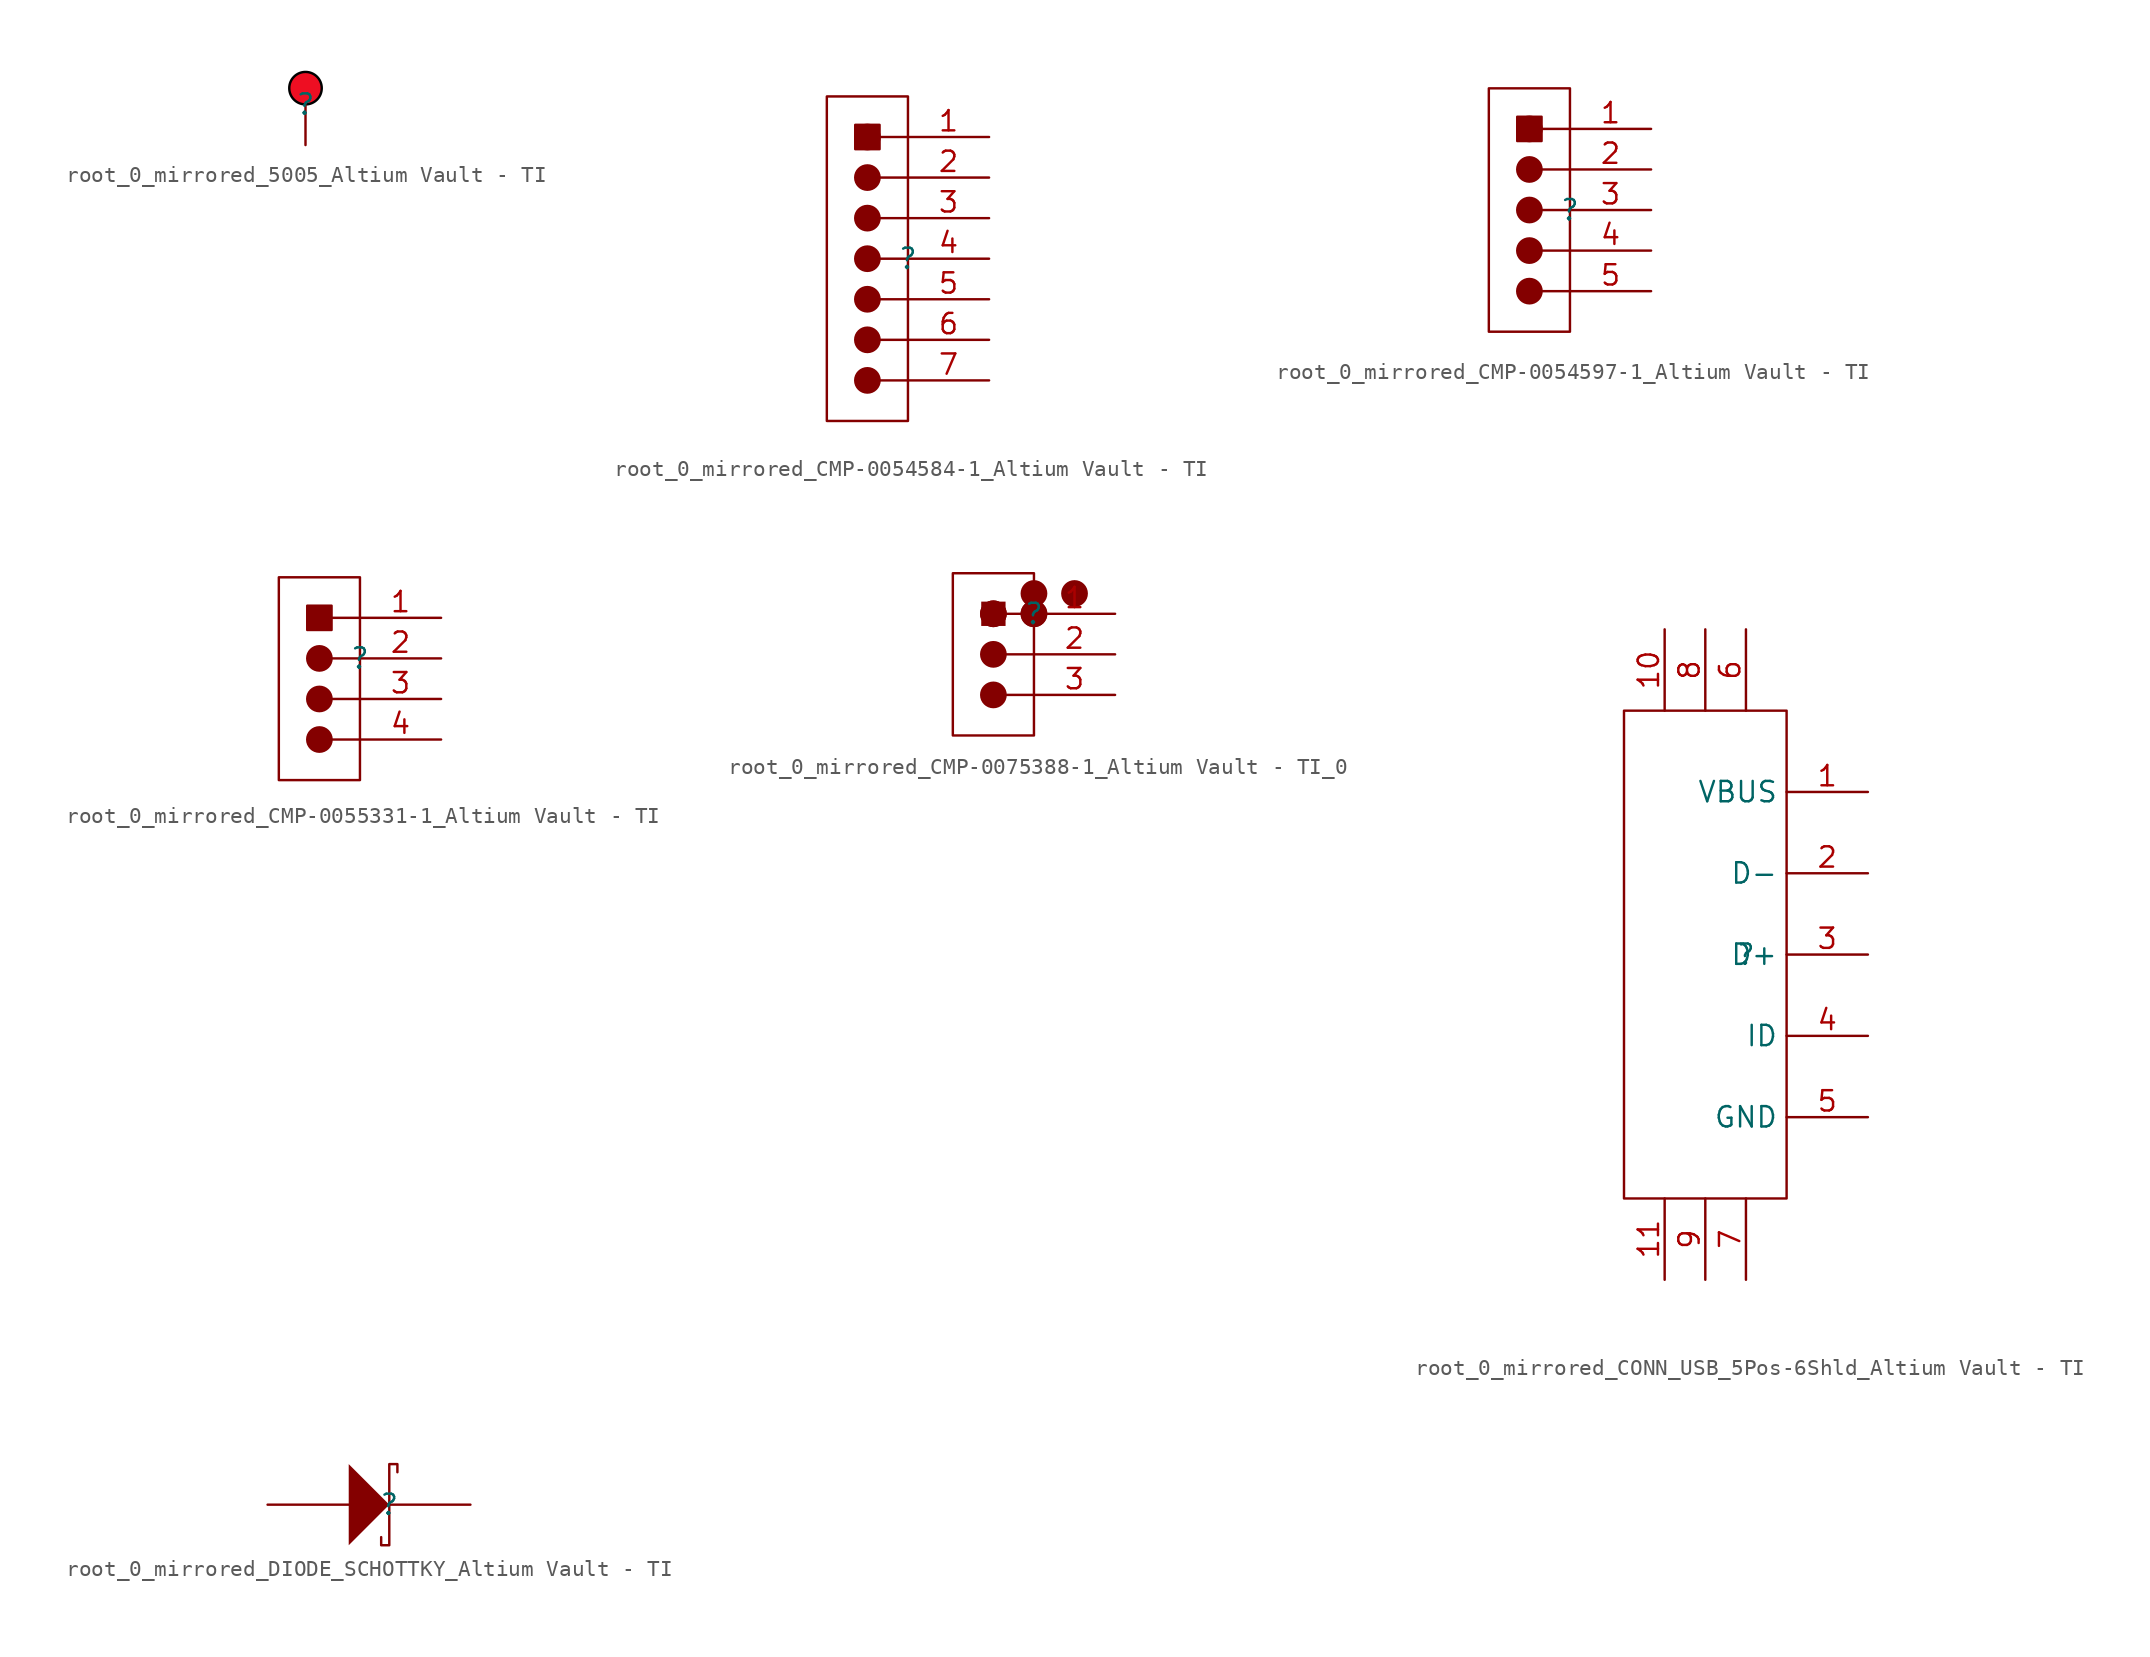
<source format=kicad_sym>
(kicad_symbol_lib
  (version 20241209)
  (generator "kicad_symbol_editor")
  (generator_version "9.0")
  (symbol "root_0_mirrored_5005_Altium Vault - TI"
    (pin_numbers
      (hide yes))
    (pin_names
      (hide yes))
    (property "Reference" ""
      (at 0 0 0)
      (effects (font (size 1.27 1.27))))
    (property "Value" ""
      (at 0 0 0)
      (effects (font (size 1.27 1.27))))
    (symbol "root_0_mirrored_5005_Altium Vault - TI_1_0"
      (circle (center 0 1.016) (radius 1.016) (stroke (width 0) (type solid) (color 0 0 0 1)) (fill (type color) (color 238 14 34 1)))
      (pin passive line (at 0 -2.54 90) (length 2.54) (name "" (effects (font (size 1.27 1.27)))) (number "1" (effects (font (size 1.27 1.27)))))))
  (symbol "root_0_mirrored_CMP-0054584-1_Altium Vault - TI"
    (pin_names
      (hide yes))
    (property "Reference" ""
      (at 0 0 0)
      (effects (font (size 1.27 1.27))))
    (property "Value" ""
      (at 0 0 0)
      (effects (font (size 1.27 1.27))))
    (symbol "root_0_mirrored_CMP-0054584-1_Altium Vault - TI_1_0"
      (circle (center -2.54 7.62) (radius 0.762) (stroke (width 0) (type solid)) (fill (type outline)))
      (circle (center -2.54 5.08) (radius 0.762) (stroke (width 0) (type solid)) (fill (type outline)))
      (circle (center -2.54 2.54) (radius 0.762) (stroke (width 0) (type solid)) (fill (type outline)))
      (circle (center -2.54 0) (radius 0.762) (stroke (width 0) (type solid)) (fill (type outline)))
      (circle (center -2.54 -2.54) (radius 0.762) (stroke (width 0) (type solid)) (fill (type outline)))
      (circle (center -2.54 -5.08) (radius 0.762) (stroke (width 0) (type solid)) (fill (type outline)))
      (circle (center -2.54 -7.62) (radius 0.762) (stroke (width 0) (type solid)) (fill (type outline)))
      (rectangle (start -1.778 8.382) (end -3.302 6.858) (stroke (width 0) (type solid)) (fill (type outline)))
      (rectangle (start 0 10.16) (end -5.08 -10.16) (stroke (width 0) (type solid)) (fill (type color) (color 255 255 255 1)))
      (polyline (pts (xy 0 7.62) (xy -1.778 7.62)) (stroke (width 0) (type solid)) (fill (type none)))
      (polyline (pts (xy 0 5.08) (xy -1.778 5.08)) (stroke (width 0) (type solid)) (fill (type none)))
      (polyline (pts (xy 0 2.54) (xy -1.778 2.54)) (stroke (width 0) (type solid)) (fill (type none)))
      (polyline (pts (xy 0 0) (xy -1.778 0)) (stroke (width 0) (type solid)) (fill (type none)))
      (polyline (pts (xy 0 -2.54) (xy -1.778 -2.54)) (stroke (width 0) (type solid)) (fill (type none)))
      (polyline (pts (xy 0 -5.08) (xy -1.778 -5.08)) (stroke (width 0) (type solid)) (fill (type none)))
      (polyline (pts (xy 0 -7.62) (xy -1.778 -7.62)) (stroke (width 0) (type solid)) (fill (type none)))
      (pin passive line (at 5.08 7.62 180) (length 5.08) (name "1" (effects (font (size 1.27 1.27)))) (number "1" (effects (font (size 1.27 1.27)))))
      (pin passive line (at 5.08 5.08 180) (length 5.08) (name "2" (effects (font (size 1.27 1.27)))) (number "2" (effects (font (size 1.27 1.27)))))
      (pin passive line (at 5.08 2.54 180) (length 5.08) (name "3" (effects (font (size 1.27 1.27)))) (number "3" (effects (font (size 1.27 1.27)))))
      (pin passive line (at 5.08 0 180) (length 5.08) (name "4" (effects (font (size 1.27 1.27)))) (number "4" (effects (font (size 1.27 1.27)))))
      (pin passive line (at 5.08 -2.54 180) (length 5.08) (name "5" (effects (font (size 1.27 1.27)))) (number "5" (effects (font (size 1.27 1.27)))))
      (pin passive line (at 5.08 -5.08 180) (length 5.08) (name "6" (effects (font (size 1.27 1.27)))) (number "6" (effects (font (size 1.27 1.27)))))
      (pin passive line (at 5.08 -7.62 180) (length 5.08) (name "7" (effects (font (size 1.27 1.27)))) (number "7" (effects (font (size 1.27 1.27)))))))
  (symbol "root_0_mirrored_CMP-0054597-1_Altium Vault - TI"
    (pin_names
      (hide yes))
    (property "Reference" ""
      (at 0 0 0)
      (effects (font (size 1.27 1.27))))
    (property "Value" ""
      (at 0 0 0)
      (effects (font (size 1.27 1.27))))
    (symbol "root_0_mirrored_CMP-0054597-1_Altium Vault - TI_1_0"
      (circle (center -2.54 5.08) (radius 0.762) (stroke (width 0) (type solid)) (fill (type outline)))
      (circle (center -2.54 2.54) (radius 0.762) (stroke (width 0) (type solid)) (fill (type outline)))
      (circle (center -2.54 0) (radius 0.762) (stroke (width 0) (type solid)) (fill (type outline)))
      (circle (center -2.54 -2.54) (radius 0.762) (stroke (width 0) (type solid)) (fill (type outline)))
      (circle (center -2.54 -5.08) (radius 0.762) (stroke (width 0) (type solid)) (fill (type outline)))
      (rectangle (start -1.778 5.842) (end -3.302 4.318) (stroke (width 0) (type solid)) (fill (type outline)))
      (rectangle (start 0 7.62) (end -5.08 -7.62) (stroke (width 0) (type solid)) (fill (type color) (color 255 255 255 1)))
      (polyline (pts (xy 0 5.08) (xy -1.778 5.08)) (stroke (width 0) (type solid)) (fill (type none)))
      (polyline (pts (xy 0 2.54) (xy -1.778 2.54)) (stroke (width 0) (type solid)) (fill (type none)))
      (polyline (pts (xy 0 0) (xy -1.778 0)) (stroke (width 0) (type solid)) (fill (type none)))
      (polyline (pts (xy 0 -2.54) (xy -1.778 -2.54)) (stroke (width 0) (type solid)) (fill (type none)))
      (polyline (pts (xy 0 -5.08) (xy -1.778 -5.08)) (stroke (width 0) (type solid)) (fill (type none)))
      (pin passive line (at 5.08 5.08 180) (length 5.08) (name "1" (effects (font (size 1.27 1.27)))) (number "1" (effects (font (size 1.27 1.27)))))
      (pin passive line (at 5.08 2.54 180) (length 5.08) (name "2" (effects (font (size 1.27 1.27)))) (number "2" (effects (font (size 1.27 1.27)))))
      (pin passive line (at 5.08 0 180) (length 5.08) (name "3" (effects (font (size 1.27 1.27)))) (number "3" (effects (font (size 1.27 1.27)))))
      (pin passive line (at 5.08 -2.54 180) (length 5.08) (name "4" (effects (font (size 1.27 1.27)))) (number "4" (effects (font (size 1.27 1.27)))))
      (pin passive line (at 5.08 -5.08 180) (length 5.08) (name "5" (effects (font (size 1.27 1.27)))) (number "5" (effects (font (size 1.27 1.27)))))))
  (symbol "root_0_mirrored_CMP-0055331-1_Altium Vault - TI"
    (pin_names
      (hide yes))
    (property "Reference" ""
      (at 0 0 0)
      (effects (font (size 1.27 1.27))))
    (property "Value" ""
      (at 0 0 0)
      (effects (font (size 1.27 1.27))))
    (symbol "root_0_mirrored_CMP-0055331-1_Altium Vault - TI_1_0"
      (circle (center -2.54 0) (radius 0.762) (stroke (width 0) (type solid)) (fill (type outline)))
      (circle (center -2.54 -2.54) (radius 0.762) (stroke (width 0) (type solid)) (fill (type outline)))
      (circle (center -2.54 -5.08) (radius 0.762) (stroke (width 0) (type solid)) (fill (type outline)))
      (rectangle (start -1.778 3.302) (end -3.302 1.778) (stroke (width 0) (type solid)) (fill (type outline)))
      (rectangle (start 0 5.08) (end -5.08 -7.62) (stroke (width 0) (type solid)) (fill (type color) (color 255 255 255 1)))
      (polyline (pts (xy 0 2.54) (xy -1.778 2.54)) (stroke (width 0) (type solid)) (fill (type none)))
      (polyline (pts (xy 0 0) (xy -1.778 0)) (stroke (width 0) (type solid)) (fill (type none)))
      (polyline (pts (xy 0 -2.54) (xy -1.778 -2.54)) (stroke (width 0) (type solid)) (fill (type none)))
      (polyline (pts (xy 0 -5.08) (xy -1.778 -5.08)) (stroke (width 0) (type solid)) (fill (type none)))
      (pin passive line (at 5.08 2.54 180) (length 5.08) (name "1" (effects (font (size 1.27 1.27)))) (number "1" (effects (font (size 1.27 1.27)))))
      (pin passive line (at 5.08 0 180) (length 5.08) (name "2" (effects (font (size 1.27 1.27)))) (number "2" (effects (font (size 1.27 1.27)))))
      (pin passive line (at 5.08 -2.54 180) (length 5.08) (name "3" (effects (font (size 1.27 1.27)))) (number "3" (effects (font (size 1.27 1.27)))))
      (pin passive line (at 5.08 -5.08 180) (length 5.08) (name "4" (effects (font (size 1.27 1.27)))) (number "4" (effects (font (size 1.27 1.27)))))))
  (symbol "root_0_mirrored_CMP-0075388-1_Altium Vault - TI_0"
    (pin_names
      (hide yes))
    (property "Reference" ""
      (at 0 0 0)
      (effects (font (size 1.27 1.27))))
    (property "Value" ""
      (at 0 0 0)
      (effects (font (size 1.27 1.27))))
    (symbol "root_0_mirrored_CMP-0075388-1_Altium Vault - TI_0_1_0"
      (circle (center -2.54 0) (radius 0.762) (stroke (width 0) (type solid)) (fill (type outline)))
      (circle (center -2.54 0) (radius 0.762) (stroke (width 0) (type solid)) (fill (type outline)))
      (circle (center -2.54 -2.54) (radius 0.762) (stroke (width 0) (type solid)) (fill (type outline)))
      (circle (center -2.54 -5.08) (radius 0.762) (stroke (width 0) (type solid)) (fill (type outline)))
      (rectangle (start -1.778 0.762) (end -3.302 -0.762) (stroke (width -0.0001) (type solid)) (fill (type outline)))
      (rectangle (start 0 2.54) (end -5.08 -7.62) (stroke (width 0) (type solid)) (fill (type color) (color 255 255 255 1)))
      (circle (center 0 1.27) (radius 0.762) (stroke (width 0) (type solid)) (fill (type outline)))
      (polyline (pts (xy 0 0) (xy -1.778 0)) (stroke (width 0) (type solid)) (fill (type none)))
      (circle (center 0 0) (radius 0.762) (stroke (width 0) (type solid)) (fill (type outline)))
      (circle (center 0 0) (radius 0.762) (stroke (width 0) (type solid)) (fill (type outline)))
      (polyline (pts (xy 0 -2.54) (xy -1.778 -2.54)) (stroke (width 0) (type solid)) (fill (type none)))
      (polyline (pts (xy 0 -5.08) (xy -1.778 -5.08)) (stroke (width 0) (type solid)) (fill (type none)))
      (circle (center 2.54 1.27) (radius 0.762) (stroke (width 0) (type solid)) (fill (type outline)))
      (pin passive line (at 5.08 0 180) (length 5.08) (name "1" (effects (font (size 1.27 1.27)))) (number "1" (effects (font (size 1.27 1.27)))))
      (pin passive line (at 5.08 -2.54 180) (length 5.08) (name "2" (effects (font (size 1.27 1.27)))) (number "2" (effects (font (size 1.27 1.27)))))
      (pin passive line (at 5.08 -5.08 180) (length 5.08) (name "3" (effects (font (size 1.27 1.27)))) (number "3" (effects (font (size 1.27 1.27)))))))
  (symbol "root_0_mirrored_CONN_USB_5Pos-6Shld_Altium Vault - TI"
    (property "Reference" ""
      (at 0 0 0)
      (effects (font (size 1.27 1.27))))
    (property "Value" ""
      (at 0 0 0)
      (effects (font (size 1.27 1.27))))
    (symbol "root_0_mirrored_CONN_USB_5Pos-6Shld_Altium Vault - TI_1_0"
      (rectangle (start 2.54 15.24) (end -7.62 -15.24) (stroke (width 0) (type solid)) (fill (type color) (color 255 255 255 1)))
      (pin passive line (at -5.08 20.32 270) (length 5.08) (name "10" (effects (font (size 0 0)))) (number "10" (effects (font (size 1.27 1.27)))))
      (pin passive line (at -5.08 -20.32 90) (length 5.08) (name "11" (effects (font (size 0 0)))) (number "11" (effects (font (size 1.27 1.27)))))
      (pin passive line (at -2.54 20.32 270) (length 5.08) (name "8" (effects (font (size 0 0)))) (number "8" (effects (font (size 1.27 1.27)))))
      (pin passive line (at -2.54 -20.32 90) (length 5.08) (name "9" (effects (font (size 0 0)))) (number "9" (effects (font (size 1.27 1.27)))))
      (pin passive line (at 0 20.32 270) (length 5.08) (name "6" (effects (font (size 0 0)))) (number "6" (effects (font (size 1.27 1.27)))))
      (pin passive line (at 0 -20.32 90) (length 5.08) (name "7" (effects (font (size 0 0)))) (number "7" (effects (font (size 1.27 1.27)))))
      (pin passive line (at 7.62 10.16 180) (length 5.08) (name "VBUS" (effects (font (size 1.27 1.27)))) (number "1" (effects (font (size 1.27 1.27)))))
      (pin passive line (at 7.62 5.08 180) (length 5.08) (name "D-" (effects (font (size 1.27 1.27)))) (number "2" (effects (font (size 1.27 1.27)))))
      (pin passive line (at 7.62 0 180) (length 5.08) (name "D+" (effects (font (size 1.27 1.27)))) (number "3" (effects (font (size 1.27 1.27)))))
      (pin passive line (at 7.62 -5.08 180) (length 5.08) (name "ID" (effects (font (size 1.27 1.27)))) (number "4" (effects (font (size 1.27 1.27)))))
      (pin passive line (at 7.62 -10.16 180) (length 5.08) (name "GND" (effects (font (size 1.27 1.27)))) (number "5" (effects (font (size 1.27 1.27)))))))
  (symbol "root_0_mirrored_DIODE_SCHOTTKY_Altium Vault - TI"
    (pin_numbers
      (hide yes))
    (pin_names
      (hide yes))
    (property "Reference" ""
      (at 0 0 0)
      (effects (font (size 1.27 1.27))))
    (property "Value" ""
      (at 0 0 0)
      (effects (font (size 1.27 1.27))))
    (symbol "root_0_mirrored_DIODE_SCHOTTKY_Altium Vault - TI_1_0"
      (polyline (pts (xy -2.54 2.54) (xy 0 0) (xy -2.54 -2.54) (xy -2.54 2.54)) (stroke (width -0.0001) (type solid)) (fill (type outline)))
      (polyline (pts (xy 0.508 2.032) (xy 0.508 2.54) (xy 0 2.54) (xy 0 -2.54) (xy -0.508 -2.54) (xy -0.508 -2.032)) (stroke (width 0) (type solid)) (fill (type none)))
      (pin passive line (at -7.62 0 0) (length 5.08) (name "A" (effects (font (size 1.27 1.27)))) (number "2" (effects (font (size 1.27 1.27)))))
      (pin passive line (at 5.08 0 180) (length 5.08) (name "K" (effects (font (size 1.27 1.27)))) (number "1" (effects (font (size 1.27 1.27))))))))
</source>
